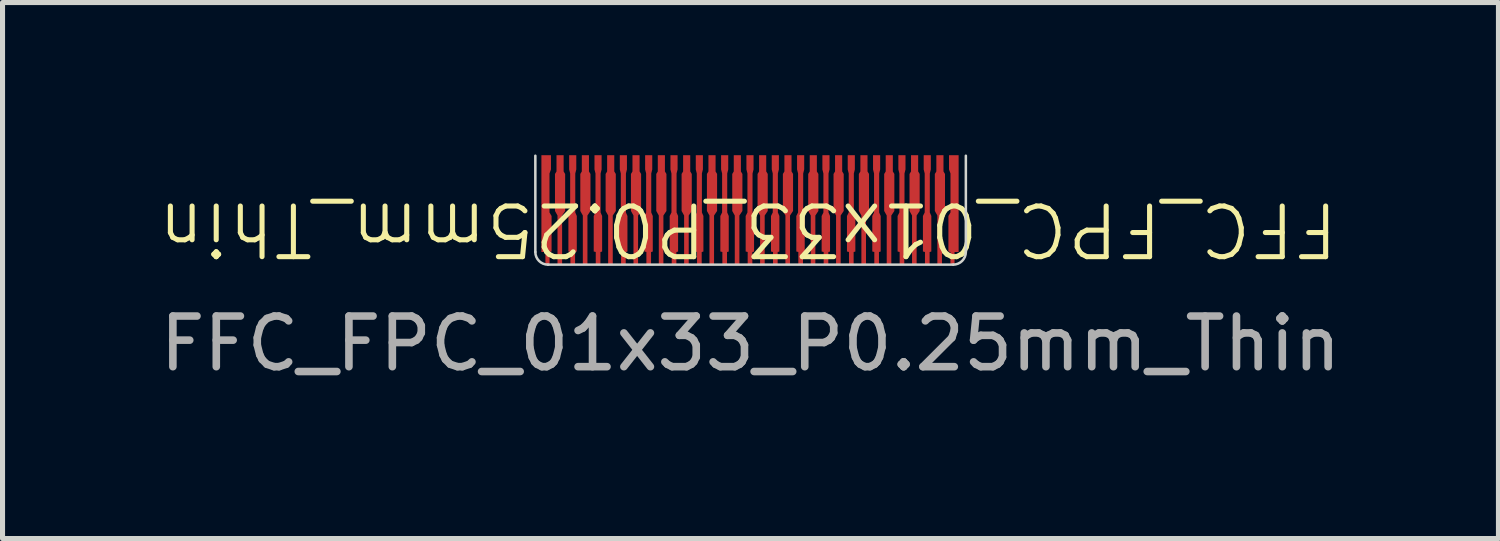
<source format=kicad_pcb>
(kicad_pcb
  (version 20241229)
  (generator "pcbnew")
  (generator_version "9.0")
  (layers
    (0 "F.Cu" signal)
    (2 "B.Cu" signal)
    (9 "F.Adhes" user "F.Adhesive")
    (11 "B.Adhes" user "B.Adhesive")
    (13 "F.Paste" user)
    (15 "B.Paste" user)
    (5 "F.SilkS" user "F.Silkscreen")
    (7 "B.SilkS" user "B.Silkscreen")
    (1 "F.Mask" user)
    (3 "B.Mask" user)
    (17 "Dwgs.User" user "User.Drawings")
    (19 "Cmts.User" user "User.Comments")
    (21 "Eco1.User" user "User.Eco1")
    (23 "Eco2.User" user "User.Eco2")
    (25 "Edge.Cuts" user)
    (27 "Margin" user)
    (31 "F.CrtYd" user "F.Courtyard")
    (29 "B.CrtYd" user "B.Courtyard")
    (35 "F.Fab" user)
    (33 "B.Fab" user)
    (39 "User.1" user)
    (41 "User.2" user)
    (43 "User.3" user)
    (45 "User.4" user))
  (footprint "FFC_FPC_01x33_P0.25mm_Thin"
    (layer "F.Cu")
    (at 11.768 1.235)
    (property "Reference" "FFC_FPC_01x33_P0.25mm_Thin" (at -0.049 0.24 180) (unlocked yes) (layer "F.SilkS") (effects (font (size 1 1) (thickness 0.1))))
    (attr smd)
    (fp_line (start -4.248 0.69) (end -4.248 -1.21) (stroke (width 0.05) (type default)) (layer "Edge.Cuts"))
    (fp_line (start 4.002 0.94) (end -3.998 0.94) (stroke (width 0.05) (type default)) (layer "Edge.Cuts"))
    (fp_line (start 4.252 0.69) (end 4.252 -1.21) (stroke (width 0.05) (type default)) (layer "Edge.Cuts"))
    (fp_arc (start -3.9985 0.940208) (mid -4.175277 0.866985) (end -4.2485 0.690208) (stroke (width 0.05) (type default)) (layer "Edge.Cuts"))
    (fp_arc (start 4.2515 0.690208) (mid 4.178277 0.866985) (end 4.0015 0.940208) (stroke (width 0.05) (type default)) (layer "Edge.Cuts"))
    (fp_text user "${REFERENCE}" (at 0 2.5 0) (unlocked yes) (layer "F.Fab") (effects (font (size 1 1) (thickness 0.15))))
    (pad "1" smd custom (at -4.04 -1.17) (size 0.1 0.1) (layers "F.Cu" "F.Mask" "F.Paste") (options (anchor circle)) (primitives (gr_poly (pts (xy -0.05 -0.025) (xy -0.048 -0.035) (xy -0.043 -0.043) (xy -0.035 -0.048) (xy -0.025 -0.05) (xy 0.025 -0.05) (xy 0.035 -0.048) (xy 0.043 -0.043) (xy 0.048 -0.035) (xy 0.05 -0.025) (xy 0.05 0.025) (xy 0.048 0.035) (xy 0.043 0.043) (xy 0.035 0.048) (xy 0.025 0.05) (xy -0.025 0.05) (xy -0.035 0.048) (xy -0.043 0.043) (xy -0.048 0.035) (xy -0.05 0.025)) (width 0) (fill yes)) (gr_poly (pts (xy 0.071 1.08) (xy 0.071 0.31) (xy 0.1 0.23) (xy 0.1 -0.05) (xy -0.088 -0.05) (xy -0.088 1.86) (xy -0.009 1.86) (xy -0.009 2.11) (xy 0.072 2.11) (xy 0.072 1.86) (xy 0.112 1.85) (xy 0.112 1.15)) (width 0.001) (fill yes))))
    (pad "2" smd custom (at -3.76 -1.16) (size 0.1 0.1) (layers "F.Cu" "F.Mask" "F.Paste") (options (anchor circle)) (primitives (gr_poly (pts (xy -0.05 -0.025) (xy -0.048 -0.035) (xy -0.043 -0.043) (xy -0.035 -0.048) (xy -0.025 -0.05) (xy 0.025 -0.05) (xy 0.035 -0.048) (xy 0.043 -0.043) (xy 0.048 -0.035) (xy 0.05 -0.025) (xy 0.05 0.025) (xy 0.048 0.035) (xy 0.043 0.043) (xy 0.035 0.048) (xy 0.025 0.05) (xy -0.025 0.05) (xy -0.035 0.048) (xy -0.043 0.043) (xy -0.048 0.035) (xy -0.05 0.025)) (width 0) (fill yes)) (gr_poly (pts (xy -0.1 1.04) (xy -0.1 0.31) (xy -0.07 0.26) (xy -0.07 -0.06) (xy 0.07 -0.06) (xy 0.07 0.26) (xy 0.1 0.31) (xy 0.1 1.04) (xy 0.04 1.13) (xy 0.04 2.1) (xy -0.05 2.1) (xy -0.05 1.13)) (width 0.001) (fill yes))))
    (pad "3" smd custom (at -3.51 -1.17) (size 0.1 0.1) (layers "F.Cu" "F.Mask" "F.Paste") (options (anchor circle)) (primitives (gr_poly (pts (xy -0.05 -0.025) (xy -0.048 -0.035) (xy -0.043 -0.043) (xy -0.035 -0.048) (xy -0.025 -0.05) (xy 0.025 -0.05) (xy 0.035 -0.048) (xy 0.043 -0.043) (xy 0.048 -0.035) (xy 0.05 -0.025) (xy 0.05 0.025) (xy 0.048 0.035) (xy 0.043 0.043) (xy 0.035 0.048) (xy 0.025 0.05) (xy -0.025 0.05) (xy -0.035 0.048) (xy -0.043 0.043) (xy -0.048 0.035) (xy -0.05 0.025)) (width 0) (fill yes)) (gr_poly (pts (xy 0.046 2.111) (xy -0.045 2.11) (xy -0.045 1.86) (xy -0.085 1.85) (xy -0.085 1.15) (xy -0.05 1.08) (xy -0.05 0.31) (xy -0.07 0.23) (xy -0.07 -0.05) (xy 0.07 -0.05) (xy 0.07 0.23) (xy 0.05 0.31) (xy 0.05 1.08) (xy 0.08 1.15) (xy 0.08 1.851) (xy 0.046 1.861)) (width 0.001) (fill yes))))
    (pad "4" smd custom (at -3.26 -1.17) (size 0.1 0.1) (layers "F.Cu" "F.Mask" "F.Paste") (options (anchor circle)) (primitives (gr_poly (pts (xy -0.05 -0.025) (xy -0.048 -0.035) (xy -0.043 -0.043) (xy -0.035 -0.048) (xy -0.025 -0.05) (xy 0.025 -0.05) (xy 0.035 -0.048) (xy 0.043 -0.043) (xy 0.048 -0.035) (xy 0.05 -0.025) (xy 0.05 0.025) (xy 0.048 0.035) (xy 0.043 0.043) (xy 0.035 0.048) (xy 0.025 0.05) (xy -0.025 0.05) (xy -0.035 0.048) (xy -0.043 0.043) (xy -0.048 0.035) (xy -0.05 0.025)) (width 0) (fill yes)) (gr_poly (pts (xy -0.1 1.05) (xy -0.1 0.32) (xy -0.07 0.27) (xy -0.07 -0.05) (xy 0.07 -0.05) (xy 0.07 0.27) (xy 0.1 0.32) (xy 0.1 1.05) (xy 0.04 1.14) (xy 0.04 2.11) (xy -0.05 2.11) (xy -0.05 1.14)) (width 0.001) (fill yes))))
    (pad "5" smd custom (at -3.01 -1.17) (size 0.1 0.1) (layers "F.Cu" "F.Mask" "F.Paste") (options (anchor circle)) (primitives (gr_poly (pts (xy -0.05 -0.025) (xy -0.048 -0.035) (xy -0.043 -0.043) (xy -0.035 -0.048) (xy -0.025 -0.05) (xy 0.025 -0.05) (xy 0.035 -0.048) (xy 0.043 -0.043) (xy 0.048 -0.035) (xy 0.05 -0.025) (xy 0.05 0.025) (xy 0.048 0.035) (xy 0.043 0.043) (xy 0.035 0.048) (xy 0.025 0.05) (xy -0.025 0.05) (xy -0.035 0.048) (xy -0.043 0.043) (xy -0.048 0.035) (xy -0.05 0.025)) (width 0) (fill yes)) (gr_poly (pts (xy 0.046 2.111) (xy -0.045 2.11) (xy -0.045 1.86) (xy -0.085 1.85) (xy -0.085 1.15) (xy -0.05 1.08) (xy -0.05 0.31) (xy -0.07 0.23) (xy -0.07 -0.05) (xy 0.07 -0.05) (xy 0.07 0.23) (xy 0.05 0.31) (xy 0.05 1.08) (xy 0.08 1.15) (xy 0.08 1.851) (xy 0.046 1.861)) (width 0.001) (fill yes))))
    (pad "6" smd custom (at -2.76 -1.17) (size 0.1 0.1) (layers "F.Cu" "F.Mask" "F.Paste") (options (anchor circle)) (primitives (gr_poly (pts (xy -0.05 -0.025) (xy -0.048 -0.035) (xy -0.043 -0.043) (xy -0.035 -0.048) (xy -0.025 -0.05) (xy 0.025 -0.05) (xy 0.035 -0.048) (xy 0.043 -0.043) (xy 0.048 -0.035) (xy 0.05 -0.025) (xy 0.05 0.025) (xy 0.048 0.035) (xy 0.043 0.043) (xy 0.035 0.048) (xy 0.025 0.05) (xy -0.025 0.05) (xy -0.035 0.048) (xy -0.043 0.043) (xy -0.048 0.035) (xy -0.05 0.025)) (width 0) (fill yes)) (gr_poly (pts (xy -0.1 1.05) (xy -0.1 0.32) (xy -0.07 0.27) (xy -0.07 -0.05) (xy 0.07 -0.05) (xy 0.07 0.27) (xy 0.1 0.32) (xy 0.1 1.05) (xy 0.04 1.14) (xy 0.04 2.11) (xy -0.05 2.11) (xy -0.05 1.14)) (width 0.001) (fill yes))))
    (pad "7" smd custom (at -2.51 -1.17) (size 0.1 0.1) (layers "F.Cu" "F.Mask" "F.Paste") (options (anchor circle)) (primitives (gr_poly (pts (xy -0.05 -0.025) (xy -0.048 -0.035) (xy -0.043 -0.043) (xy -0.035 -0.048) (xy -0.025 -0.05) (xy 0.025 -0.05) (xy 0.035 -0.048) (xy 0.043 -0.043) (xy 0.048 -0.035) (xy 0.05 -0.025) (xy 0.05 0.025) (xy 0.048 0.035) (xy 0.043 0.043) (xy 0.035 0.048) (xy 0.025 0.05) (xy -0.025 0.05) (xy -0.035 0.048) (xy -0.043 0.043) (xy -0.048 0.035) (xy -0.05 0.025)) (width 0) (fill yes)) (gr_poly (pts (xy 0.046 2.111) (xy -0.045 2.11) (xy -0.045 1.86) (xy -0.085 1.85) (xy -0.085 1.15) (xy -0.05 1.08) (xy -0.05 0.31) (xy -0.07 0.23) (xy -0.07 -0.05) (xy 0.07 -0.05) (xy 0.07 0.23) (xy 0.05 0.31) (xy 0.05 1.08) (xy 0.08 1.15) (xy 0.08 1.851) (xy 0.046 1.861)) (width 0.001) (fill yes))))
    (pad "8" smd custom (at -2.26 -1.17) (size 0.1 0.1) (layers "F.Cu" "F.Mask" "F.Paste") (options (anchor circle)) (primitives (gr_poly (pts (xy -0.05 -0.025) (xy -0.048 -0.035) (xy -0.043 -0.043) (xy -0.035 -0.048) (xy -0.025 -0.05) (xy 0.025 -0.05) (xy 0.035 -0.048) (xy 0.043 -0.043) (xy 0.048 -0.035) (xy 0.05 -0.025) (xy 0.05 0.025) (xy 0.048 0.035) (xy 0.043 0.043) (xy 0.035 0.048) (xy 0.025 0.05) (xy -0.025 0.05) (xy -0.035 0.048) (xy -0.043 0.043) (xy -0.048 0.035) (xy -0.05 0.025)) (width 0) (fill yes)) (gr_poly (pts (xy -0.1 1.05) (xy -0.1 0.32) (xy -0.07 0.27) (xy -0.07 -0.05) (xy 0.07 -0.05) (xy 0.07 0.27) (xy 0.1 0.32) (xy 0.1 1.05) (xy 0.04 1.14) (xy 0.04 2.11) (xy -0.05 2.11) (xy -0.05 1.14)) (width 0.001) (fill yes))))
    (pad "9" smd custom (at -2.01 -1.17) (size 0.1 0.1) (layers "F.Cu" "F.Mask" "F.Paste") (options (anchor circle)) (primitives (gr_poly (pts (xy -0.05 -0.025) (xy -0.048 -0.035) (xy -0.043 -0.043) (xy -0.035 -0.048) (xy -0.025 -0.05) (xy 0.025 -0.05) (xy 0.035 -0.048) (xy 0.043 -0.043) (xy 0.048 -0.035) (xy 0.05 -0.025) (xy 0.05 0.025) (xy 0.048 0.035) (xy 0.043 0.043) (xy 0.035 0.048) (xy 0.025 0.05) (xy -0.025 0.05) (xy -0.035 0.048) (xy -0.043 0.043) (xy -0.048 0.035) (xy -0.05 0.025)) (width 0) (fill yes)) (gr_poly (pts (xy 0.046 2.111) (xy -0.045 2.11) (xy -0.045 1.86) (xy -0.085 1.85) (xy -0.085 1.15) (xy -0.05 1.08) (xy -0.05 0.31) (xy -0.07 0.23) (xy -0.07 -0.05) (xy 0.07 -0.05) (xy 0.07 0.23) (xy 0.05 0.31) (xy 0.05 1.08) (xy 0.08 1.15) (xy 0.08 1.851) (xy 0.046 1.861)) (width 0.001) (fill yes))))
    (pad "10" smd custom (at -1.76 -1.17) (size 0.1 0.1) (layers "F.Cu" "F.Mask" "F.Paste") (options (anchor circle)) (primitives (gr_poly (pts (xy -0.05 -0.025) (xy -0.048 -0.035) (xy -0.043 -0.043) (xy -0.035 -0.048) (xy -0.025 -0.05) (xy 0.025 -0.05) (xy 0.035 -0.048) (xy 0.043 -0.043) (xy 0.048 -0.035) (xy 0.05 -0.025) (xy 0.05 0.025) (xy 0.048 0.035) (xy 0.043 0.043) (xy 0.035 0.048) (xy 0.025 0.05) (xy -0.025 0.05) (xy -0.035 0.048) (xy -0.043 0.043) (xy -0.048 0.035) (xy -0.05 0.025)) (width 0) (fill yes)) (gr_poly (pts (xy -0.1 1.05) (xy -0.1 0.32) (xy -0.07 0.27) (xy -0.07 -0.05) (xy 0.07 -0.05) (xy 0.07 0.27) (xy 0.1 0.32) (xy 0.1 1.05) (xy 0.04 1.14) (xy 0.04 2.11) (xy -0.05 2.11) (xy -0.05 1.14)) (width 0.001) (fill yes))))
    (pad "11" smd custom (at -1.51 -1.17) (size 0.1 0.1) (layers "F.Cu" "F.Mask" "F.Paste") (options (anchor circle)) (primitives (gr_poly (pts (xy -0.05 -0.025) (xy -0.048 -0.035) (xy -0.043 -0.043) (xy -0.035 -0.048) (xy -0.025 -0.05) (xy 0.025 -0.05) (xy 0.035 -0.048) (xy 0.043 -0.043) (xy 0.048 -0.035) (xy 0.05 -0.025) (xy 0.05 0.025) (xy 0.048 0.035) (xy 0.043 0.043) (xy 0.035 0.048) (xy 0.025 0.05) (xy -0.025 0.05) (xy -0.035 0.048) (xy -0.043 0.043) (xy -0.048 0.035) (xy -0.05 0.025)) (width 0) (fill yes)) (gr_poly (pts (xy 0.046 2.111) (xy -0.045 2.11) (xy -0.045 1.86) (xy -0.085 1.85) (xy -0.085 1.15) (xy -0.05 1.08) (xy -0.05 0.31) (xy -0.07 0.23) (xy -0.07 -0.05) (xy 0.07 -0.05) (xy 0.07 0.23) (xy 0.05 0.31) (xy 0.05 1.08) (xy 0.08 1.15) (xy 0.08 1.851) (xy 0.046 1.861)) (width 0.001) (fill yes))))
    (pad "12" smd custom (at -1.26 -1.17) (size 0.1 0.1) (layers "F.Cu" "F.Mask" "F.Paste") (options (anchor circle)) (primitives (gr_poly (pts (xy -0.05 -0.025) (xy -0.048 -0.035) (xy -0.043 -0.043) (xy -0.035 -0.048) (xy -0.025 -0.05) (xy 0.025 -0.05) (xy 0.035 -0.048) (xy 0.043 -0.043) (xy 0.048 -0.035) (xy 0.05 -0.025) (xy 0.05 0.025) (xy 0.048 0.035) (xy 0.043 0.043) (xy 0.035 0.048) (xy 0.025 0.05) (xy -0.025 0.05) (xy -0.035 0.048) (xy -0.043 0.043) (xy -0.048 0.035) (xy -0.05 0.025)) (width 0) (fill yes)) (gr_poly (pts (xy -0.1 1.05) (xy -0.1 0.32) (xy -0.07 0.27) (xy -0.07 -0.05) (xy 0.07 -0.05) (xy 0.07 0.27) (xy 0.1 0.32) (xy 0.1 1.05) (xy 0.04 1.14) (xy 0.04 2.11) (xy -0.05 2.11) (xy -0.05 1.14)) (width 0.001) (fill yes))))
    (pad "13" smd custom (at -1.01 -1.17) (size 0.1 0.1) (layers "F.Cu" "F.Mask" "F.Paste") (options (anchor circle)) (primitives (gr_poly (pts (xy -0.05 -0.025) (xy -0.048 -0.035) (xy -0.043 -0.043) (xy -0.035 -0.048) (xy -0.025 -0.05) (xy 0.025 -0.05) (xy 0.035 -0.048) (xy 0.043 -0.043) (xy 0.048 -0.035) (xy 0.05 -0.025) (xy 0.05 0.025) (xy 0.048 0.035) (xy 0.043 0.043) (xy 0.035 0.048) (xy 0.025 0.05) (xy -0.025 0.05) (xy -0.035 0.048) (xy -0.043 0.043) (xy -0.048 0.035) (xy -0.05 0.025)) (width 0) (fill yes)) (gr_poly (pts (xy 0.046 2.111) (xy -0.045 2.11) (xy -0.045 1.86) (xy -0.085 1.85) (xy -0.085 1.15) (xy -0.05 1.08) (xy -0.05 0.31) (xy -0.07 0.23) (xy -0.07 -0.05) (xy 0.07 -0.05) (xy 0.07 0.23) (xy 0.05 0.31) (xy 0.05 1.08) (xy 0.08 1.15) (xy 0.08 1.851) (xy 0.046 1.861)) (width 0.001) (fill yes))))
    (pad "14" smd custom (at -0.76 -1.17) (size 0.1 0.1) (layers "F.Cu" "F.Mask" "F.Paste") (options (anchor circle)) (primitives (gr_poly (pts (xy -0.05 -0.025) (xy -0.048 -0.035) (xy -0.043 -0.043) (xy -0.035 -0.048) (xy -0.025 -0.05) (xy 0.025 -0.05) (xy 0.035 -0.048) (xy 0.043 -0.043) (xy 0.048 -0.035) (xy 0.05 -0.025) (xy 0.05 0.025) (xy 0.048 0.035) (xy 0.043 0.043) (xy 0.035 0.048) (xy 0.025 0.05) (xy -0.025 0.05) (xy -0.035 0.048) (xy -0.043 0.043) (xy -0.048 0.035) (xy -0.05 0.025)) (width 0) (fill yes)) (gr_poly (pts (xy -0.1 1.05) (xy -0.1 0.32) (xy -0.07 0.27) (xy -0.07 -0.05) (xy 0.07 -0.05) (xy 0.07 0.27) (xy 0.1 0.32) (xy 0.1 1.05) (xy 0.04 1.14) (xy 0.04 2.11) (xy -0.05 2.11) (xy -0.05 1.14)) (width 0.001) (fill yes))))
    (pad "15" smd custom (at -0.51 -1.17) (size 0.1 0.1) (layers "F.Cu" "F.Mask" "F.Paste") (options (anchor circle)) (primitives (gr_poly (pts (xy -0.05 -0.025) (xy -0.048 -0.035) (xy -0.043 -0.043) (xy -0.035 -0.048) (xy -0.025 -0.05) (xy 0.025 -0.05) (xy 0.035 -0.048) (xy 0.043 -0.043) (xy 0.048 -0.035) (xy 0.05 -0.025) (xy 0.05 0.025) (xy 0.048 0.035) (xy 0.043 0.043) (xy 0.035 0.048) (xy 0.025 0.05) (xy -0.025 0.05) (xy -0.035 0.048) (xy -0.043 0.043) (xy -0.048 0.035) (xy -0.05 0.025)) (width 0) (fill yes)) (gr_poly (pts (xy 0.046 2.111) (xy -0.045 2.11) (xy -0.045 1.86) (xy -0.085 1.85) (xy -0.085 1.15) (xy -0.05 1.08) (xy -0.05 0.31) (xy -0.07 0.23) (xy -0.07 -0.05) (xy 0.07 -0.05) (xy 0.07 0.23) (xy 0.05 0.31) (xy 0.05 1.08) (xy 0.08 1.15) (xy 0.08 1.851) (xy 0.046 1.861)) (width 0.001) (fill yes))))
    (pad "16" smd custom (at -0.26 -1.16) (size 0.1 0.1) (layers "F.Cu" "F.Mask" "F.Paste") (options (anchor circle)) (primitives (gr_poly (pts (xy -0.05 -0.025) (xy -0.048 -0.035) (xy -0.043 -0.043) (xy -0.035 -0.048) (xy -0.025 -0.05) (xy 0.025 -0.05) (xy 0.035 -0.048) (xy 0.043 -0.043) (xy 0.048 -0.035) (xy 0.05 -0.025) (xy 0.05 0.025) (xy 0.048 0.035) (xy 0.043 0.043) (xy 0.035 0.048) (xy 0.025 0.05) (xy -0.025 0.05) (xy -0.035 0.048) (xy -0.043 0.043) (xy -0.048 0.035) (xy -0.05 0.025)) (width 0) (fill yes)) (gr_poly (pts (xy -0.1 1.04) (xy -0.1 0.31) (xy -0.07 0.26) (xy -0.07 -0.06) (xy 0.07 -0.06) (xy 0.07 0.26) (xy 0.1 0.31) (xy 0.1 1.04) (xy 0.04 1.13) (xy 0.04 2.1) (xy -0.05 2.1) (xy -0.05 1.13)) (width 0.001) (fill yes))))
    (pad "17" smd custom (at -0.01 -1.17) (size 0.1 0.1) (layers "F.Cu" "F.Mask" "F.Paste") (options (anchor circle)) (primitives (gr_poly (pts (xy -0.05 -0.025) (xy -0.048 -0.035) (xy -0.043 -0.043) (xy -0.035 -0.048) (xy -0.025 -0.05) (xy 0.025 -0.05) (xy 0.035 -0.048) (xy 0.043 -0.043) (xy 0.048 -0.035) (xy 0.05 -0.025) (xy 0.05 0.025) (xy 0.048 0.035) (xy 0.043 0.043) (xy 0.035 0.048) (xy 0.025 0.05) (xy -0.025 0.05) (xy -0.035 0.048) (xy -0.043 0.043) (xy -0.048 0.035) (xy -0.05 0.025)) (width 0) (fill yes)) (gr_poly (pts (xy 0.046 2.111) (xy -0.045 2.11) (xy -0.045 1.86) (xy -0.085 1.85) (xy -0.085 1.15) (xy -0.05 1.08) (xy -0.05 0.31) (xy -0.07 0.23) (xy -0.07 -0.05) (xy 0.07 -0.05) (xy 0.07 0.23) (xy 0.05 0.31) (xy 0.05 1.08) (xy 0.08 1.15) (xy 0.08 1.851) (xy 0.046 1.861)) (width 0.001) (fill yes))))
    (pad "18" smd custom (at 0.24 -1.16) (size 0.1 0.1) (layers "F.Cu" "F.Mask" "F.Paste") (options (anchor circle)) (primitives (gr_poly (pts (xy -0.05 -0.025) (xy -0.048 -0.035) (xy -0.043 -0.043) (xy -0.035 -0.048) (xy -0.025 -0.05) (xy 0.025 -0.05) (xy 0.035 -0.048) (xy 0.043 -0.043) (xy 0.048 -0.035) (xy 0.05 -0.025) (xy 0.05 0.025) (xy 0.048 0.035) (xy 0.043 0.043) (xy 0.035 0.048) (xy 0.025 0.05) (xy -0.025 0.05) (xy -0.035 0.048) (xy -0.043 0.043) (xy -0.048 0.035) (xy -0.05 0.025)) (width 0) (fill yes)) (gr_poly (pts (xy -0.1 1.04) (xy -0.1 0.31) (xy -0.07 0.26) (xy -0.07 -0.06) (xy 0.07 -0.06) (xy 0.07 0.26) (xy 0.1 0.31) (xy 0.1 1.04) (xy 0.04 1.13) (xy 0.04 2.1) (xy -0.05 2.1) (xy -0.05 1.13)) (width 0.001) (fill yes))))
    (pad "19" smd custom (at 0.49 -1.16) (size 0.1 0.1) (layers "F.Cu" "F.Mask" "F.Paste") (options (anchor circle)) (primitives (gr_poly (pts (xy -0.05 -0.025) (xy -0.048 -0.035) (xy -0.043 -0.043) (xy -0.035 -0.048) (xy -0.025 -0.05) (xy 0.025 -0.05) (xy 0.035 -0.048) (xy 0.043 -0.043) (xy 0.048 -0.035) (xy 0.05 -0.025) (xy 0.05 0.025) (xy 0.048 0.035) (xy 0.043 0.043) (xy 0.035 0.048) (xy 0.025 0.05) (xy -0.025 0.05) (xy -0.035 0.048) (xy -0.043 0.043) (xy -0.048 0.035) (xy -0.05 0.025)) (width 0) (fill yes)) (gr_poly (pts (xy 0.046 2.101) (xy -0.045 2.1) (xy -0.045 1.85) (xy -0.085 1.84) (xy -0.085 1.14) (xy -0.05 1.07) (xy -0.05 0.3) (xy -0.07 0.22) (xy -0.07 -0.06) (xy 0.07 -0.06) (xy 0.07 0.22) (xy 0.05 0.3) (xy 0.05 1.07) (xy 0.08 1.14) (xy 0.08 1.841) (xy 0.046 1.851)) (width 0.001) (fill yes))))
    (pad "20" smd custom (at 0.74 -1.17) (size 0.1 0.1) (layers "F.Cu" "F.Mask" "F.Paste") (options (anchor circle)) (primitives (gr_poly (pts (xy -0.05 -0.025) (xy -0.048 -0.035) (xy -0.043 -0.043) (xy -0.035 -0.048) (xy -0.025 -0.05) (xy 0.025 -0.05) (xy 0.035 -0.048) (xy 0.043 -0.043) (xy 0.048 -0.035) (xy 0.05 -0.025) (xy 0.05 0.025) (xy 0.048 0.035) (xy 0.043 0.043) (xy 0.035 0.048) (xy 0.025 0.05) (xy -0.025 0.05) (xy -0.035 0.048) (xy -0.043 0.043) (xy -0.048 0.035) (xy -0.05 0.025)) (width 0) (fill yes)) (gr_poly (pts (xy -0.1 1.05) (xy -0.1 0.32) (xy -0.07 0.27) (xy -0.07 -0.05) (xy 0.07 -0.05) (xy 0.07 0.27) (xy 0.1 0.32) (xy 0.1 1.05) (xy 0.04 1.14) (xy 0.04 2.11) (xy -0.05 2.11) (xy -0.05 1.14)) (width 0.001) (fill yes))))
    (pad "21" smd custom (at 0.99 -1.17) (size 0.1 0.1) (layers "F.Cu" "F.Mask" "F.Paste") (options (anchor circle)) (primitives (gr_poly (pts (xy -0.05 -0.025) (xy -0.048 -0.035) (xy -0.043 -0.043) (xy -0.035 -0.048) (xy -0.025 -0.05) (xy 0.025 -0.05) (xy 0.035 -0.048) (xy 0.043 -0.043) (xy 0.048 -0.035) (xy 0.05 -0.025) (xy 0.05 0.025) (xy 0.048 0.035) (xy 0.043 0.043) (xy 0.035 0.048) (xy 0.025 0.05) (xy -0.025 0.05) (xy -0.035 0.048) (xy -0.043 0.043) (xy -0.048 0.035) (xy -0.05 0.025)) (width 0) (fill yes)) (gr_poly (pts (xy 0.046 2.111) (xy -0.045 2.11) (xy -0.045 1.86) (xy -0.085 1.85) (xy -0.085 1.15) (xy -0.05 1.08) (xy -0.05 0.31) (xy -0.07 0.23) (xy -0.07 -0.05) (xy 0.07 -0.05) (xy 0.07 0.23) (xy 0.05 0.31) (xy 0.05 1.08) (xy 0.08 1.15) (xy 0.08 1.851) (xy 0.046 1.861)) (width 0.001) (fill yes))))
    (pad "22" smd custom (at 1.24 -1.17) (size 0.1 0.1) (layers "F.Cu" "F.Mask" "F.Paste") (options (anchor circle)) (primitives (gr_poly (pts (xy -0.05 -0.025) (xy -0.048 -0.035) (xy -0.043 -0.043) (xy -0.035 -0.048) (xy -0.025 -0.05) (xy 0.025 -0.05) (xy 0.035 -0.048) (xy 0.043 -0.043) (xy 0.048 -0.035) (xy 0.05 -0.025) (xy 0.05 0.025) (xy 0.048 0.035) (xy 0.043 0.043) (xy 0.035 0.048) (xy 0.025 0.05) (xy -0.025 0.05) (xy -0.035 0.048) (xy -0.043 0.043) (xy -0.048 0.035) (xy -0.05 0.025)) (width 0) (fill yes)) (gr_poly (pts (xy -0.1 1.05) (xy -0.1 0.32) (xy -0.07 0.27) (xy -0.07 -0.05) (xy 0.07 -0.05) (xy 0.07 0.27) (xy 0.1 0.32) (xy 0.1 1.05) (xy 0.04 1.14) (xy 0.04 2.11) (xy -0.05 2.11) (xy -0.05 1.14)) (width 0.001) (fill yes))))
    (pad "23" smd custom (at 1.49 -1.17) (size 0.1 0.1) (layers "F.Cu" "F.Mask" "F.Paste") (options (anchor circle)) (primitives (gr_poly (pts (xy -0.05 -0.025) (xy -0.048 -0.035) (xy -0.043 -0.043) (xy -0.035 -0.048) (xy -0.025 -0.05) (xy 0.025 -0.05) (xy 0.035 -0.048) (xy 0.043 -0.043) (xy 0.048 -0.035) (xy 0.05 -0.025) (xy 0.05 0.025) (xy 0.048 0.035) (xy 0.043 0.043) (xy 0.035 0.048) (xy 0.025 0.05) (xy -0.025 0.05) (xy -0.035 0.048) (xy -0.043 0.043) (xy -0.048 0.035) (xy -0.05 0.025)) (width 0) (fill yes)) (gr_poly (pts (xy 0.046 2.111) (xy -0.045 2.11) (xy -0.045 1.86) (xy -0.085 1.85) (xy -0.085 1.15) (xy -0.05 1.08) (xy -0.05 0.31) (xy -0.07 0.23) (xy -0.07 -0.05) (xy 0.07 -0.05) (xy 0.07 0.23) (xy 0.05 0.31) (xy 0.05 1.08) (xy 0.08 1.15) (xy 0.08 1.851) (xy 0.046 1.861)) (width 0.001) (fill yes))))
    (pad "24" smd custom (at 1.74 -1.17) (size 0.1 0.1) (layers "F.Cu" "F.Mask" "F.Paste") (options (anchor circle)) (primitives (gr_poly (pts (xy -0.05 -0.025) (xy -0.048 -0.035) (xy -0.043 -0.043) (xy -0.035 -0.048) (xy -0.025 -0.05) (xy 0.025 -0.05) (xy 0.035 -0.048) (xy 0.043 -0.043) (xy 0.048 -0.035) (xy 0.05 -0.025) (xy 0.05 0.025) (xy 0.048 0.035) (xy 0.043 0.043) (xy 0.035 0.048) (xy 0.025 0.05) (xy -0.025 0.05) (xy -0.035 0.048) (xy -0.043 0.043) (xy -0.048 0.035) (xy -0.05 0.025)) (width 0) (fill yes)) (gr_poly (pts (xy -0.1 1.05) (xy -0.1 0.32) (xy -0.07 0.27) (xy -0.07 -0.05) (xy 0.07 -0.05) (xy 0.07 0.27) (xy 0.1 0.32) (xy 0.1 1.05) (xy 0.04 1.14) (xy 0.04 2.11) (xy -0.05 2.11) (xy -0.05 1.14)) (width 0.001) (fill yes))))
    (pad "25" smd custom (at 1.99 -1.17) (size 0.1 0.1) (layers "F.Cu" "F.Mask" "F.Paste") (options (anchor circle)) (primitives (gr_poly (pts (xy -0.05 -0.025) (xy -0.048 -0.035) (xy -0.043 -0.043) (xy -0.035 -0.048) (xy -0.025 -0.05) (xy 0.025 -0.05) (xy 0.035 -0.048) (xy 0.043 -0.043) (xy 0.048 -0.035) (xy 0.05 -0.025) (xy 0.05 0.025) (xy 0.048 0.035) (xy 0.043 0.043) (xy 0.035 0.048) (xy 0.025 0.05) (xy -0.025 0.05) (xy -0.035 0.048) (xy -0.043 0.043) (xy -0.048 0.035) (xy -0.05 0.025)) (width 0) (fill yes)) (gr_poly (pts (xy 0.046 2.111) (xy -0.045 2.11) (xy -0.045 1.86) (xy -0.085 1.85) (xy -0.085 1.15) (xy -0.05 1.08) (xy -0.05 0.31) (xy -0.07 0.23) (xy -0.07 -0.05) (xy 0.07 -0.05) (xy 0.07 0.23) (xy 0.05 0.31) (xy 0.05 1.08) (xy 0.08 1.15) (xy 0.08 1.851) (xy 0.046 1.861)) (width 0.001) (fill yes))))
    (pad "26" smd custom (at 2.24 -1.17) (size 0.1 0.1) (layers "F.Cu" "F.Mask" "F.Paste") (options (anchor circle)) (primitives (gr_poly (pts (xy -0.05 -0.025) (xy -0.048 -0.035) (xy -0.043 -0.043) (xy -0.035 -0.048) (xy -0.025 -0.05) (xy 0.025 -0.05) (xy 0.035 -0.048) (xy 0.043 -0.043) (xy 0.048 -0.035) (xy 0.05 -0.025) (xy 0.05 0.025) (xy 0.048 0.035) (xy 0.043 0.043) (xy 0.035 0.048) (xy 0.025 0.05) (xy -0.025 0.05) (xy -0.035 0.048) (xy -0.043 0.043) (xy -0.048 0.035) (xy -0.05 0.025)) (width 0) (fill yes)) (gr_poly (pts (xy -0.1 1.05) (xy -0.1 0.32) (xy -0.07 0.27) (xy -0.07 -0.05) (xy 0.07 -0.05) (xy 0.07 0.27) (xy 0.1 0.32) (xy 0.1 1.05) (xy 0.04 1.14) (xy 0.04 2.11) (xy -0.05 2.11) (xy -0.05 1.14)) (width 0.001) (fill yes))))
    (pad "27" smd custom (at 2.49 -1.17) (size 0.1 0.1) (layers "F.Cu" "F.Mask" "F.Paste") (options (anchor circle)) (primitives (gr_poly (pts (xy -0.05 -0.025) (xy -0.048 -0.035) (xy -0.043 -0.043) (xy -0.035 -0.048) (xy -0.025 -0.05) (xy 0.025 -0.05) (xy 0.035 -0.048) (xy 0.043 -0.043) (xy 0.048 -0.035) (xy 0.05 -0.025) (xy 0.05 0.025) (xy 0.048 0.035) (xy 0.043 0.043) (xy 0.035 0.048) (xy 0.025 0.05) (xy -0.025 0.05) (xy -0.035 0.048) (xy -0.043 0.043) (xy -0.048 0.035) (xy -0.05 0.025)) (width 0) (fill yes)) (gr_poly (pts (xy 0.046 2.111) (xy -0.045 2.11) (xy -0.045 1.86) (xy -0.085 1.85) (xy -0.085 1.15) (xy -0.05 1.08) (xy -0.05 0.31) (xy -0.07 0.23) (xy -0.07 -0.05) (xy 0.07 -0.05) (xy 0.07 0.23) (xy 0.05 0.31) (xy 0.05 1.08) (xy 0.08 1.15) (xy 0.08 1.851) (xy 0.046 1.861)) (width 0.001) (fill yes))))
    (pad "28" smd custom (at 2.74 -1.17) (size 0.1 0.1) (layers "F.Cu" "F.Mask" "F.Paste") (options (anchor circle)) (primitives (gr_poly (pts (xy -0.05 -0.025) (xy -0.048 -0.035) (xy -0.043 -0.043) (xy -0.035 -0.048) (xy -0.025 -0.05) (xy 0.025 -0.05) (xy 0.035 -0.048) (xy 0.043 -0.043) (xy 0.048 -0.035) (xy 0.05 -0.025) (xy 0.05 0.025) (xy 0.048 0.035) (xy 0.043 0.043) (xy 0.035 0.048) (xy 0.025 0.05) (xy -0.025 0.05) (xy -0.035 0.048) (xy -0.043 0.043) (xy -0.048 0.035) (xy -0.05 0.025)) (width 0) (fill yes)) (gr_poly (pts (xy -0.1 1.05) (xy -0.1 0.32) (xy -0.07 0.27) (xy -0.07 -0.05) (xy 0.07 -0.05) (xy 0.07 0.27) (xy 0.1 0.32) (xy 0.1 1.05) (xy 0.04 1.14) (xy 0.04 2.11) (xy -0.05 2.11) (xy -0.05 1.14)) (width 0.001) (fill yes))))
    (pad "29" smd custom (at 2.99 -1.17) (size 0.1 0.1) (layers "F.Cu" "F.Mask" "F.Paste") (options (anchor circle)) (primitives (gr_poly (pts (xy -0.05 -0.025) (xy -0.048 -0.035) (xy -0.043 -0.043) (xy -0.035 -0.048) (xy -0.025 -0.05) (xy 0.025 -0.05) (xy 0.035 -0.048) (xy 0.043 -0.043) (xy 0.048 -0.035) (xy 0.05 -0.025) (xy 0.05 0.025) (xy 0.048 0.035) (xy 0.043 0.043) (xy 0.035 0.048) (xy 0.025 0.05) (xy -0.025 0.05) (xy -0.035 0.048) (xy -0.043 0.043) (xy -0.048 0.035) (xy -0.05 0.025)) (width 0) (fill yes)) (gr_poly (pts (xy 0.046 2.111) (xy -0.045 2.11) (xy -0.045 1.86) (xy -0.085 1.85) (xy -0.085 1.15) (xy -0.05 1.08) (xy -0.05 0.31) (xy -0.07 0.23) (xy -0.07 -0.05) (xy 0.07 -0.05) (xy 0.07 0.23) (xy 0.05 0.31) (xy 0.05 1.08) (xy 0.08 1.15) (xy 0.08 1.851) (xy 0.046 1.861)) (width 0.001) (fill yes))))
    (pad "30" smd custom (at 3.24 -1.17) (size 0.1 0.1) (layers "F.Cu" "F.Mask" "F.Paste") (options (anchor circle)) (primitives (gr_poly (pts (xy -0.05 -0.025) (xy -0.048 -0.035) (xy -0.043 -0.043) (xy -0.035 -0.048) (xy -0.025 -0.05) (xy 0.025 -0.05) (xy 0.035 -0.048) (xy 0.043 -0.043) (xy 0.048 -0.035) (xy 0.05 -0.025) (xy 0.05 0.025) (xy 0.048 0.035) (xy 0.043 0.043) (xy 0.035 0.048) (xy 0.025 0.05) (xy -0.025 0.05) (xy -0.035 0.048) (xy -0.043 0.043) (xy -0.048 0.035) (xy -0.05 0.025)) (width 0) (fill yes)) (gr_poly (pts (xy -0.1 1.05) (xy -0.1 0.32) (xy -0.07 0.27) (xy -0.07 -0.05) (xy 0.07 -0.05) (xy 0.07 0.27) (xy 0.1 0.32) (xy 0.1 1.05) (xy 0.04 1.14) (xy 0.04 2.11) (xy -0.05 2.11) (xy -0.05 1.14)) (width 0.001) (fill yes))))
    (pad "31" smd custom (at 3.49 -1.17) (size 0.1 0.1) (layers "F.Cu" "F.Mask" "F.Paste") (options (anchor circle)) (primitives (gr_poly (pts (xy -0.05 -0.025) (xy -0.048 -0.035) (xy -0.043 -0.043) (xy -0.035 -0.048) (xy -0.025 -0.05) (xy 0.025 -0.05) (xy 0.035 -0.048) (xy 0.043 -0.043) (xy 0.048 -0.035) (xy 0.05 -0.025) (xy 0.05 0.025) (xy 0.048 0.035) (xy 0.043 0.043) (xy 0.035 0.048) (xy 0.025 0.05) (xy -0.025 0.05) (xy -0.035 0.048) (xy -0.043 0.043) (xy -0.048 0.035) (xy -0.05 0.025)) (width 0) (fill yes)) (gr_poly (pts (xy 0.046 2.111) (xy -0.045 2.11) (xy -0.045 1.86) (xy -0.085 1.85) (xy -0.085 1.15) (xy -0.05 1.08) (xy -0.05 0.31) (xy -0.07 0.23) (xy -0.07 -0.05) (xy 0.07 -0.05) (xy 0.07 0.23) (xy 0.05 0.31) (xy 0.05 1.08) (xy 0.08 1.15) (xy 0.08 1.851) (xy 0.046 1.861)) (width 0.001) (fill yes))))
    (pad "32" smd custom (at 3.74 -1.17) (size 0.1 0.1) (layers "F.Cu" "F.Mask" "F.Paste") (options (anchor circle)) (primitives (gr_poly (pts (xy -0.05 -0.025) (xy -0.048 -0.035) (xy -0.043 -0.043) (xy -0.035 -0.048) (xy -0.025 -0.05) (xy 0.025 -0.05) (xy 0.035 -0.048) (xy 0.043 -0.043) (xy 0.048 -0.035) (xy 0.05 -0.025) (xy 0.05 0.025) (xy 0.048 0.035) (xy 0.043 0.043) (xy 0.035 0.048) (xy 0.025 0.05) (xy -0.025 0.05) (xy -0.035 0.048) (xy -0.043 0.043) (xy -0.048 0.035) (xy -0.05 0.025)) (width 0) (fill yes)) (gr_poly (pts (xy -0.1 1.05) (xy -0.1 0.32) (xy -0.07 0.27) (xy -0.07 -0.05) (xy 0.07 -0.05) (xy 0.07 0.27) (xy 0.1 0.32) (xy 0.1 1.05) (xy 0.04 1.14) (xy 0.04 2.11) (xy -0.05 2.11) (xy -0.05 1.14)) (width 0.001) (fill yes))))
    (pad "33" smd custom (at 4.01 -1.17) (size 0.1 0.1) (layers "F.Cu" "F.Mask" "F.Paste") (options (anchor circle)) (primitives (gr_poly (pts (xy -0.05 -0.025) (xy -0.048 -0.035) (xy -0.043 -0.043) (xy -0.035 -0.048) (xy -0.025 -0.05) (xy 0.025 -0.05) (xy 0.035 -0.048) (xy 0.043 -0.043) (xy 0.048 -0.035) (xy 0.05 -0.025) (xy 0.05 0.025) (xy 0.048 0.035) (xy 0.043 0.043) (xy 0.035 0.048) (xy 0.025 0.05) (xy -0.025 0.05) (xy -0.035 0.048) (xy -0.043 0.043) (xy -0.048 0.035) (xy -0.05 0.025)) (width 0) (fill yes)) (gr_poly (pts (xy -0.061 1.08) (xy -0.061 0.31) (xy -0.09 0.23) (xy -0.09 -0.05) (xy 0.099 -0.05) (xy 0.099 1.86) (xy 0.018 1.86) (xy 0.018 2.11) (xy -0.062 2.11) (xy -0.062 1.86) (xy -0.102 1.85) (xy -0.102 1.15)) (width 0.001) (fill yes)))))
  (gr_rect
    (start -3 -3)
    (end 26.536 7.583)
    (stroke (width 0.1) (type default))
    (fill no)
    (layer "Edge.Cuts")))
</source>
